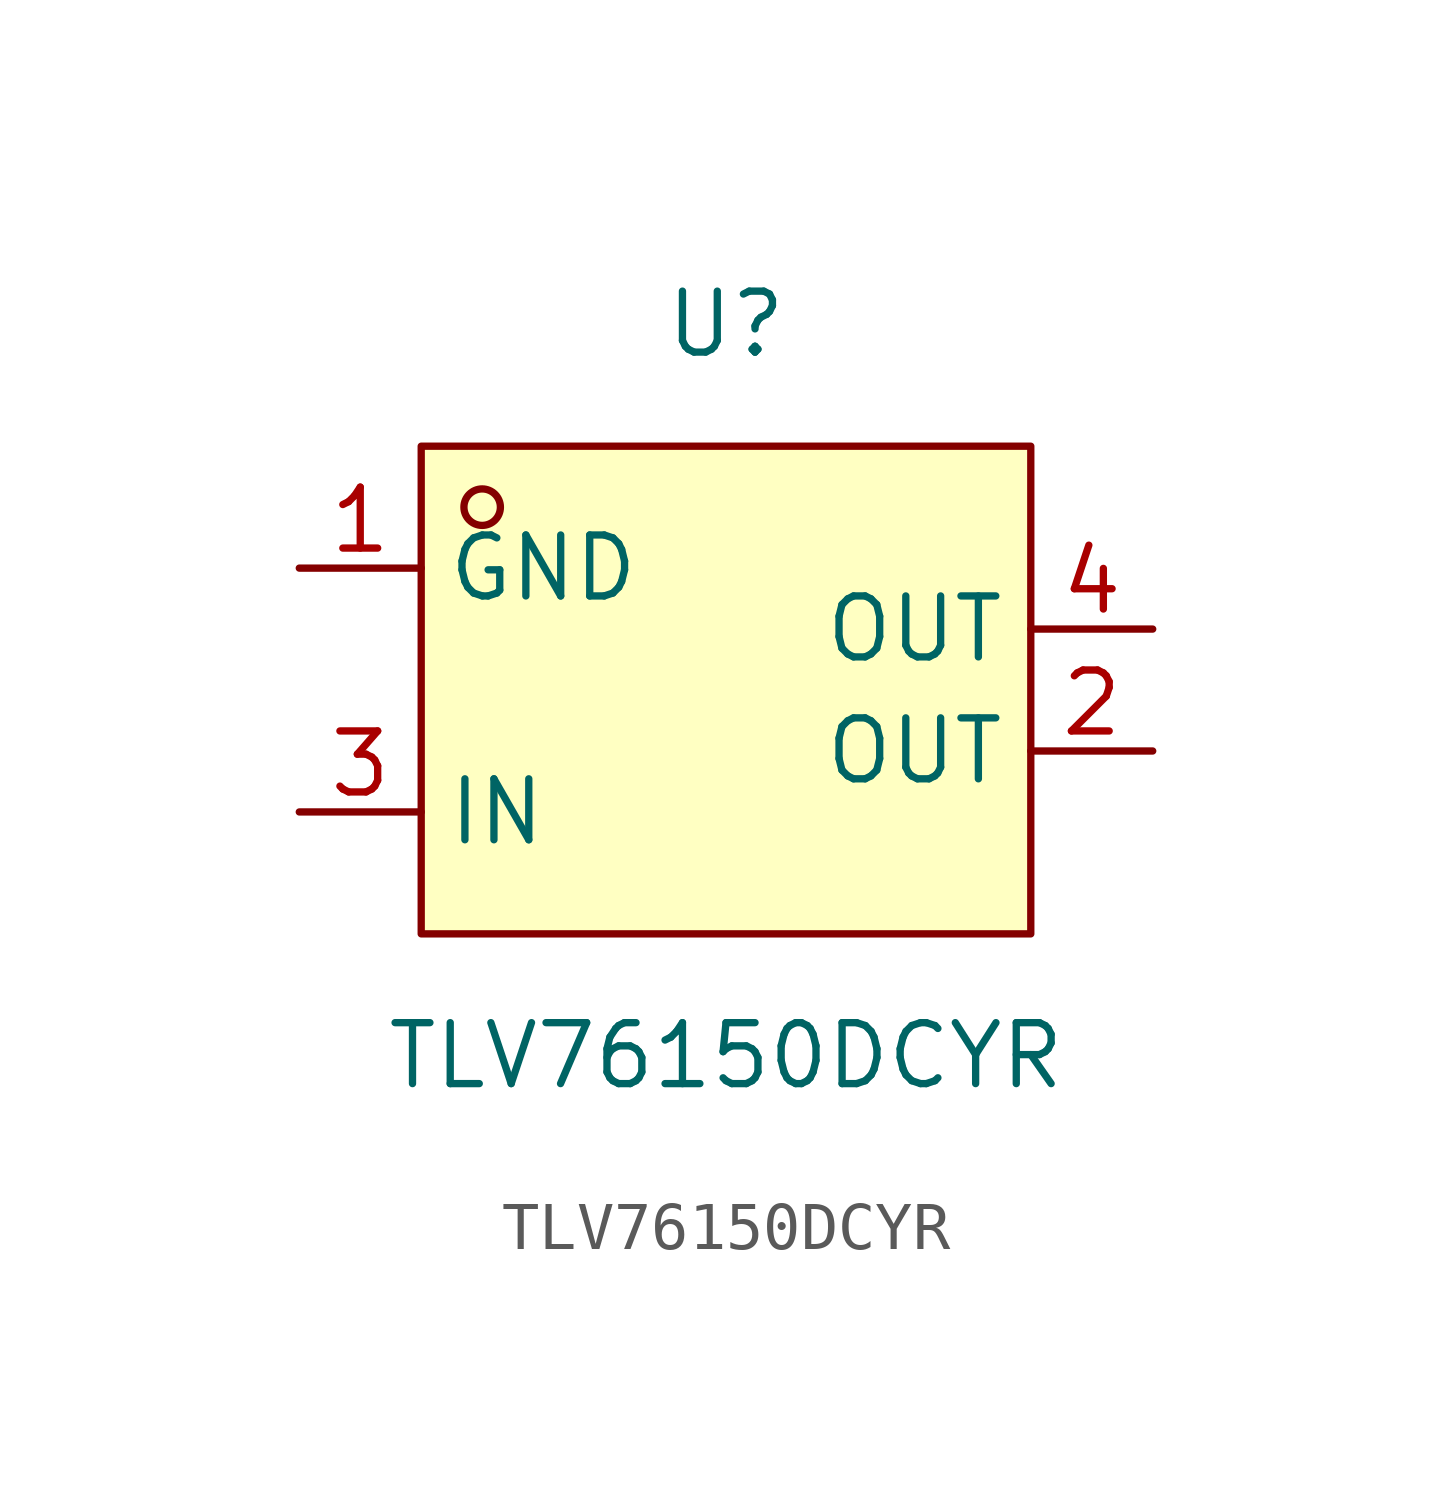
<source format=kicad_sym>
(kicad_symbol_lib
  (version 20211014)
  (generator https://github.com/uPesy/easyeda2kicad.py)
  (symbol "TLV76150DCYR"
    (property "Reference" "U"
      (at 0 7.62 0)
      (effects (font (size 1.27 1.27))))
    (property "Value" "TLV76150DCYR"
      (at 0 -7.62 0)
      (effects (font (size 1.27 1.27))))
    (symbol "TLV76150DCYR_0_1"
      (rectangle (start -6.35 5.08) (end 6.35 -5.08) (stroke (width 0) (type default) (color 0 0 0 0)) (fill (type background)))
      (circle (center -5.08 3.81) (radius 0.38) (stroke (width 0) (type default) (color 0 0 0 0)) (fill (type none)))
      (pin unspecified line (at -8.89 2.54 0) (length 2.54) (name "GND" (effects (font (size 1.27 1.27)))) (number "1" (effects (font (size 1.27 1.27)))))
      (pin unspecified line (at 8.89 1.27 180) (length 2.54) (name "OUT" (effects (font (size 1.27 1.27)))) (number "4" (effects (font (size 1.27 1.27)))))
      (pin unspecified line (at -8.89 -2.54 0) (length 2.54) (name "IN" (effects (font (size 1.27 1.27)))) (number "3" (effects (font (size 1.27 1.27)))))
      (pin unspecified line (at 8.89 -1.27 180) (length 2.54) (name "OUT" (effects (font (size 1.27 1.27)))) (number "2" (effects (font (size 1.27 1.27))))))))
</source>
